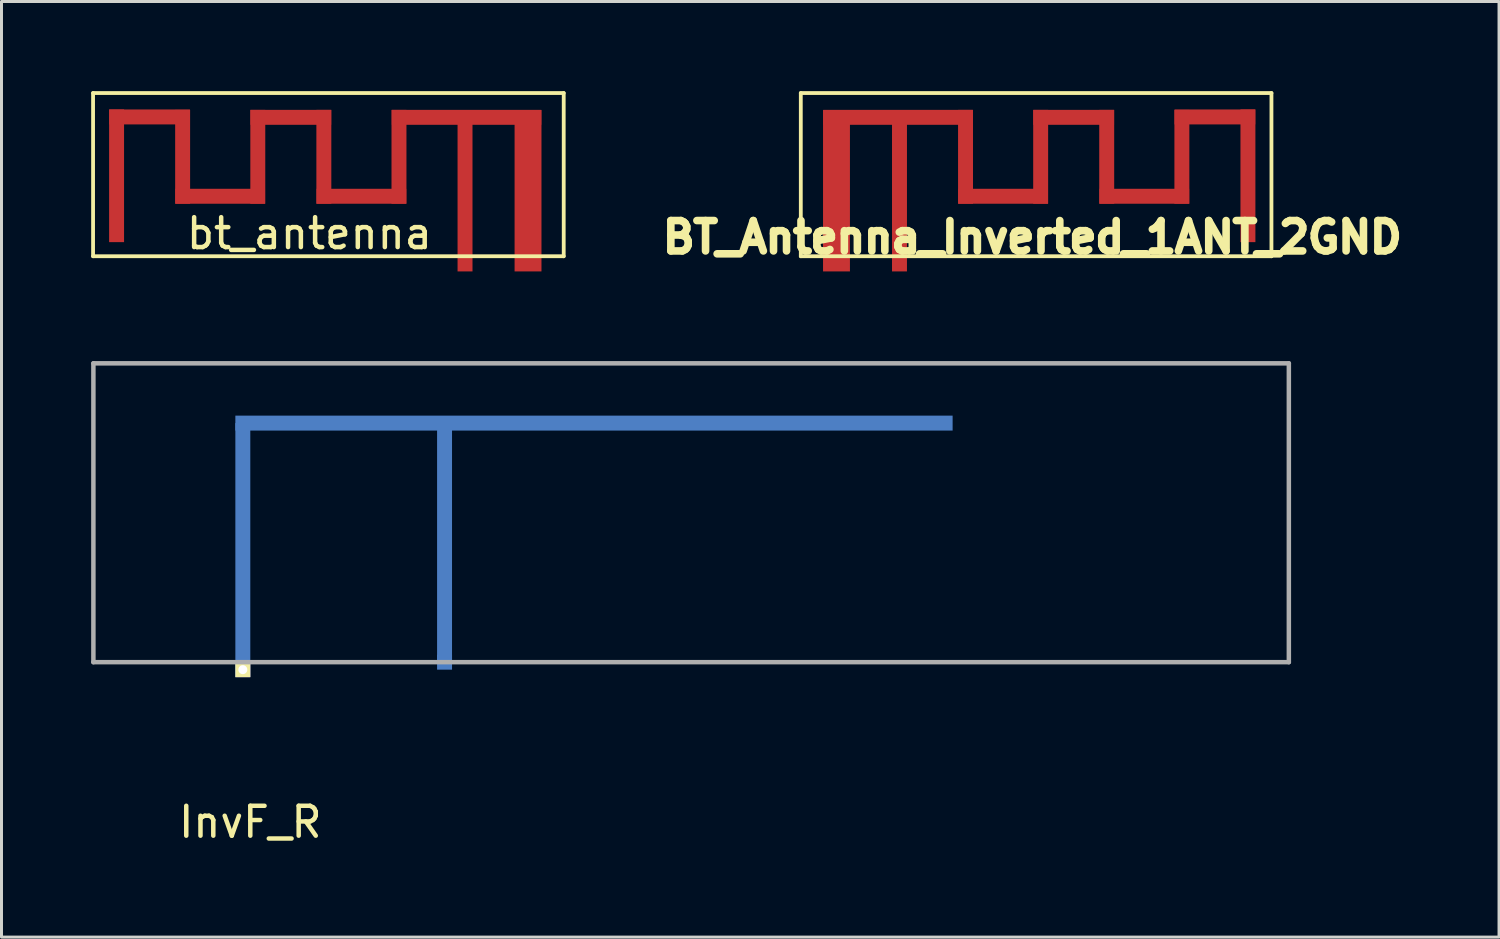
<source format=kicad_pcb>
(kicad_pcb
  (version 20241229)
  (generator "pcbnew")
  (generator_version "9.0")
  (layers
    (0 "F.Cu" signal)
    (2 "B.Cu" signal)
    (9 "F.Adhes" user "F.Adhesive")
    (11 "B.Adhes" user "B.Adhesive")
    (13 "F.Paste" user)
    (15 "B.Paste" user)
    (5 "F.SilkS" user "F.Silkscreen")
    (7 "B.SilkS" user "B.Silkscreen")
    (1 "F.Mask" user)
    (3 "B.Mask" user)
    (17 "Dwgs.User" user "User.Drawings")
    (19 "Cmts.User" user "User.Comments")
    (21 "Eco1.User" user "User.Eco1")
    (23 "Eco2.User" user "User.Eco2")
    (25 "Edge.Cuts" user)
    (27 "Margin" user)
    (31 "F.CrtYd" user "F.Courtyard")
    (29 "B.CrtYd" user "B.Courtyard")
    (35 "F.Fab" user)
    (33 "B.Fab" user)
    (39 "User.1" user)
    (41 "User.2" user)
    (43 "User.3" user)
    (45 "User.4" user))
  (footprint "bt_antenna"
    (layer "F.Cu")
    (at 15.05 5.524)
    (property "Reference" "bt_antenna" (at -7.747 -0.762 0) (layer "F.SilkS") (effects (font (size 1 1) (thickness 0.15))))
    (attr exclude_from_pos_files exclude_from_bom)
    (fp_line (start -14.986 -5.461) (end 0.762 -5.461) (stroke (width 0.127) (type solid)) (layer "F.SilkS"))
    (fp_line (start -14.986 0) (end -14.986 -5.461) (stroke (width 0.127) (type solid)) (layer "F.SilkS"))
    (fp_line (start 0.762 -5.461) (end 0.762 0) (stroke (width 0.127) (type solid)) (layer "F.SilkS"))
    (fp_line (start 0.762 0) (end -14.986 0) (stroke (width 0.127) (type solid)) (layer "F.SilkS"))
    (pad "0" smd rect (at -14.199 -2.692) (size 0.5 4.44) (layers "F.Cu"))
    (pad "0" smd rect (at -13.094 -4.661 90) (size 0.5 2.7) (layers "F.Cu"))
    (pad "0" smd rect (at -11.989 -3.327) (size 0.5 3.14) (layers "F.Cu"))
    (pad "0" smd rect (at -10.732 -2.007 90) (size 0.5 3) (layers "F.Cu"))
    (pad "0" smd rect (at -9.474 -3.327) (size 0.5 3.14) (layers "F.Cu"))
    (pad "0" smd rect (at -8.369 -4.648 90) (size 0.5 2.7) (layers "F.Cu"))
    (pad "0" smd rect (at -7.264 -3.327) (size 0.5 3.14) (layers "F.Cu"))
    (pad "0" smd rect (at -6.007 -2.007 90) (size 0.5 3) (layers "F.Cu"))
    (pad "0" smd rect (at -4.75 -3.327) (size 0.5 3.14) (layers "F.Cu"))
    (pad "0" smd rect (at -2.54 -2.192) (size 0.5 5.4) (layers "F.Cu"))
    (pad "0" smd rect (at -2.489 -4.648 90) (size 0.5 5) (layers "F.Cu"))
    (pad "0" smd rect (at -0.432 -2.192) (size 0.9 5.4) (layers "F.Cu")))
  (footprint "InvF_R"
    (layer "F.Cu")
    (at 5.075 19.107)
    (property "Reference" "InvF_R" (at 0.25 5.35 0) (layer "F.SilkS") (effects (font (size 1 1) (thickness 0.15))))
    (attr exclude_from_pos_files exclude_from_bom)
    (fp_line (start -5 -10) (end 35 -10) (stroke (width 0.15) (type solid)) (layer "F.Fab"))
    (fp_line (start -5 0) (end -5 -10) (stroke (width 0.15) (type solid)) (layer "F.Fab"))
    (fp_line (start -5 0) (end 35 0) (stroke (width 0.15) (type solid)) (layer "F.Fab"))
    (fp_line (start 35 -10) (end 35 0) (stroke (width 0.15) (type solid)) (layer "F.Fab"))
    (pad "1" smd rect (at 0 -3.75) (size 0.5 8.5) (layers "B.Cu"))
    (pad "1" smd rect (at 6.75 -4) (size 0.5 8) (layers "B.Cu"))
    (pad "1" smd rect (at 6.75 0) (size 0.5 0.5) (layers "F.Mask" "B.Cu"))
    (pad "1" smd rect (at 11.75 -8) (size 24 0.5) (layers "B.Cu"))
    (pad "2" thru_hole rect (at 0 0.25) (size 0.5 0.5) (drill 0.3) (layers "*.Cu" "*.Mask" "F.SilkS")))
  (footprint "BT_Antenna_Inverted_1ANT_2GND"
    (layer "F.Cu")
    (at 24.507 5.524)
    (property "Reference" "BT_Antenna_Inverted_1ANT_2GND" (at 6.985 -0.635 0) (layer "F.SilkS") (effects (font (size 1.016 1.016) (thickness 0.254))))
    (attr exclude_from_pos_files exclude_from_bom)
    (fp_line (start -0.762 -5.461) (end -0.762 0) (stroke (width 0.127) (type solid)) (layer "F.SilkS"))
    (fp_line (start -0.762 0) (end 14.986 0) (stroke (width 0.127) (type solid)) (layer "F.SilkS"))
    (fp_line (start 14.986 -5.461) (end -0.762 -5.461) (stroke (width 0.127) (type solid)) (layer "F.SilkS"))
    (fp_line (start 14.986 0) (end 14.986 -5.461) (stroke (width 0.127) (type solid)) (layer "F.SilkS"))
    (pad "0" smd rect (at 2.489 -4.648 270) (size 0.5 5) (layers "F.Cu"))
    (pad "0" smd rect (at 4.75 -3.327) (size 0.5 3.14) (layers "F.Cu"))
    (pad "0" smd rect (at 6.007 -2.007 270) (size 0.5 3) (layers "F.Cu"))
    (pad "0" smd rect (at 7.264 -3.327) (size 0.5 3.14) (layers "F.Cu"))
    (pad "0" smd rect (at 8.369 -4.648 270) (size 0.5 2.7) (layers "F.Cu"))
    (pad "0" smd rect (at 9.474 -3.327) (size 0.5 3.14) (layers "F.Cu"))
    (pad "0" smd rect (at 10.732 -2.007 270) (size 0.5 3) (layers "F.Cu"))
    (pad "0" smd rect (at 11.989 -3.327) (size 0.5 3.14) (layers "F.Cu"))
    (pad "0" smd rect (at 13.094 -4.661 270) (size 0.5 2.7) (layers "F.Cu"))
    (pad "0" smd rect (at 14.199 -2.692) (size 0.5 4.44) (layers "F.Cu"))
    (pad "1" smd rect (at 2.54 -2.192) (size 0.5 5.4) (layers "F.Cu"))
    (pad "2" smd rect (at 0.432 -2.192) (size 0.9 5.4) (layers "F.Cu")))
  (gr_rect
    (start -3 -3)
    (end 47.108 28.305)
    (stroke (width 0.1) (type default))
    (fill no)
    (layer "Edge.Cuts")))
</source>
